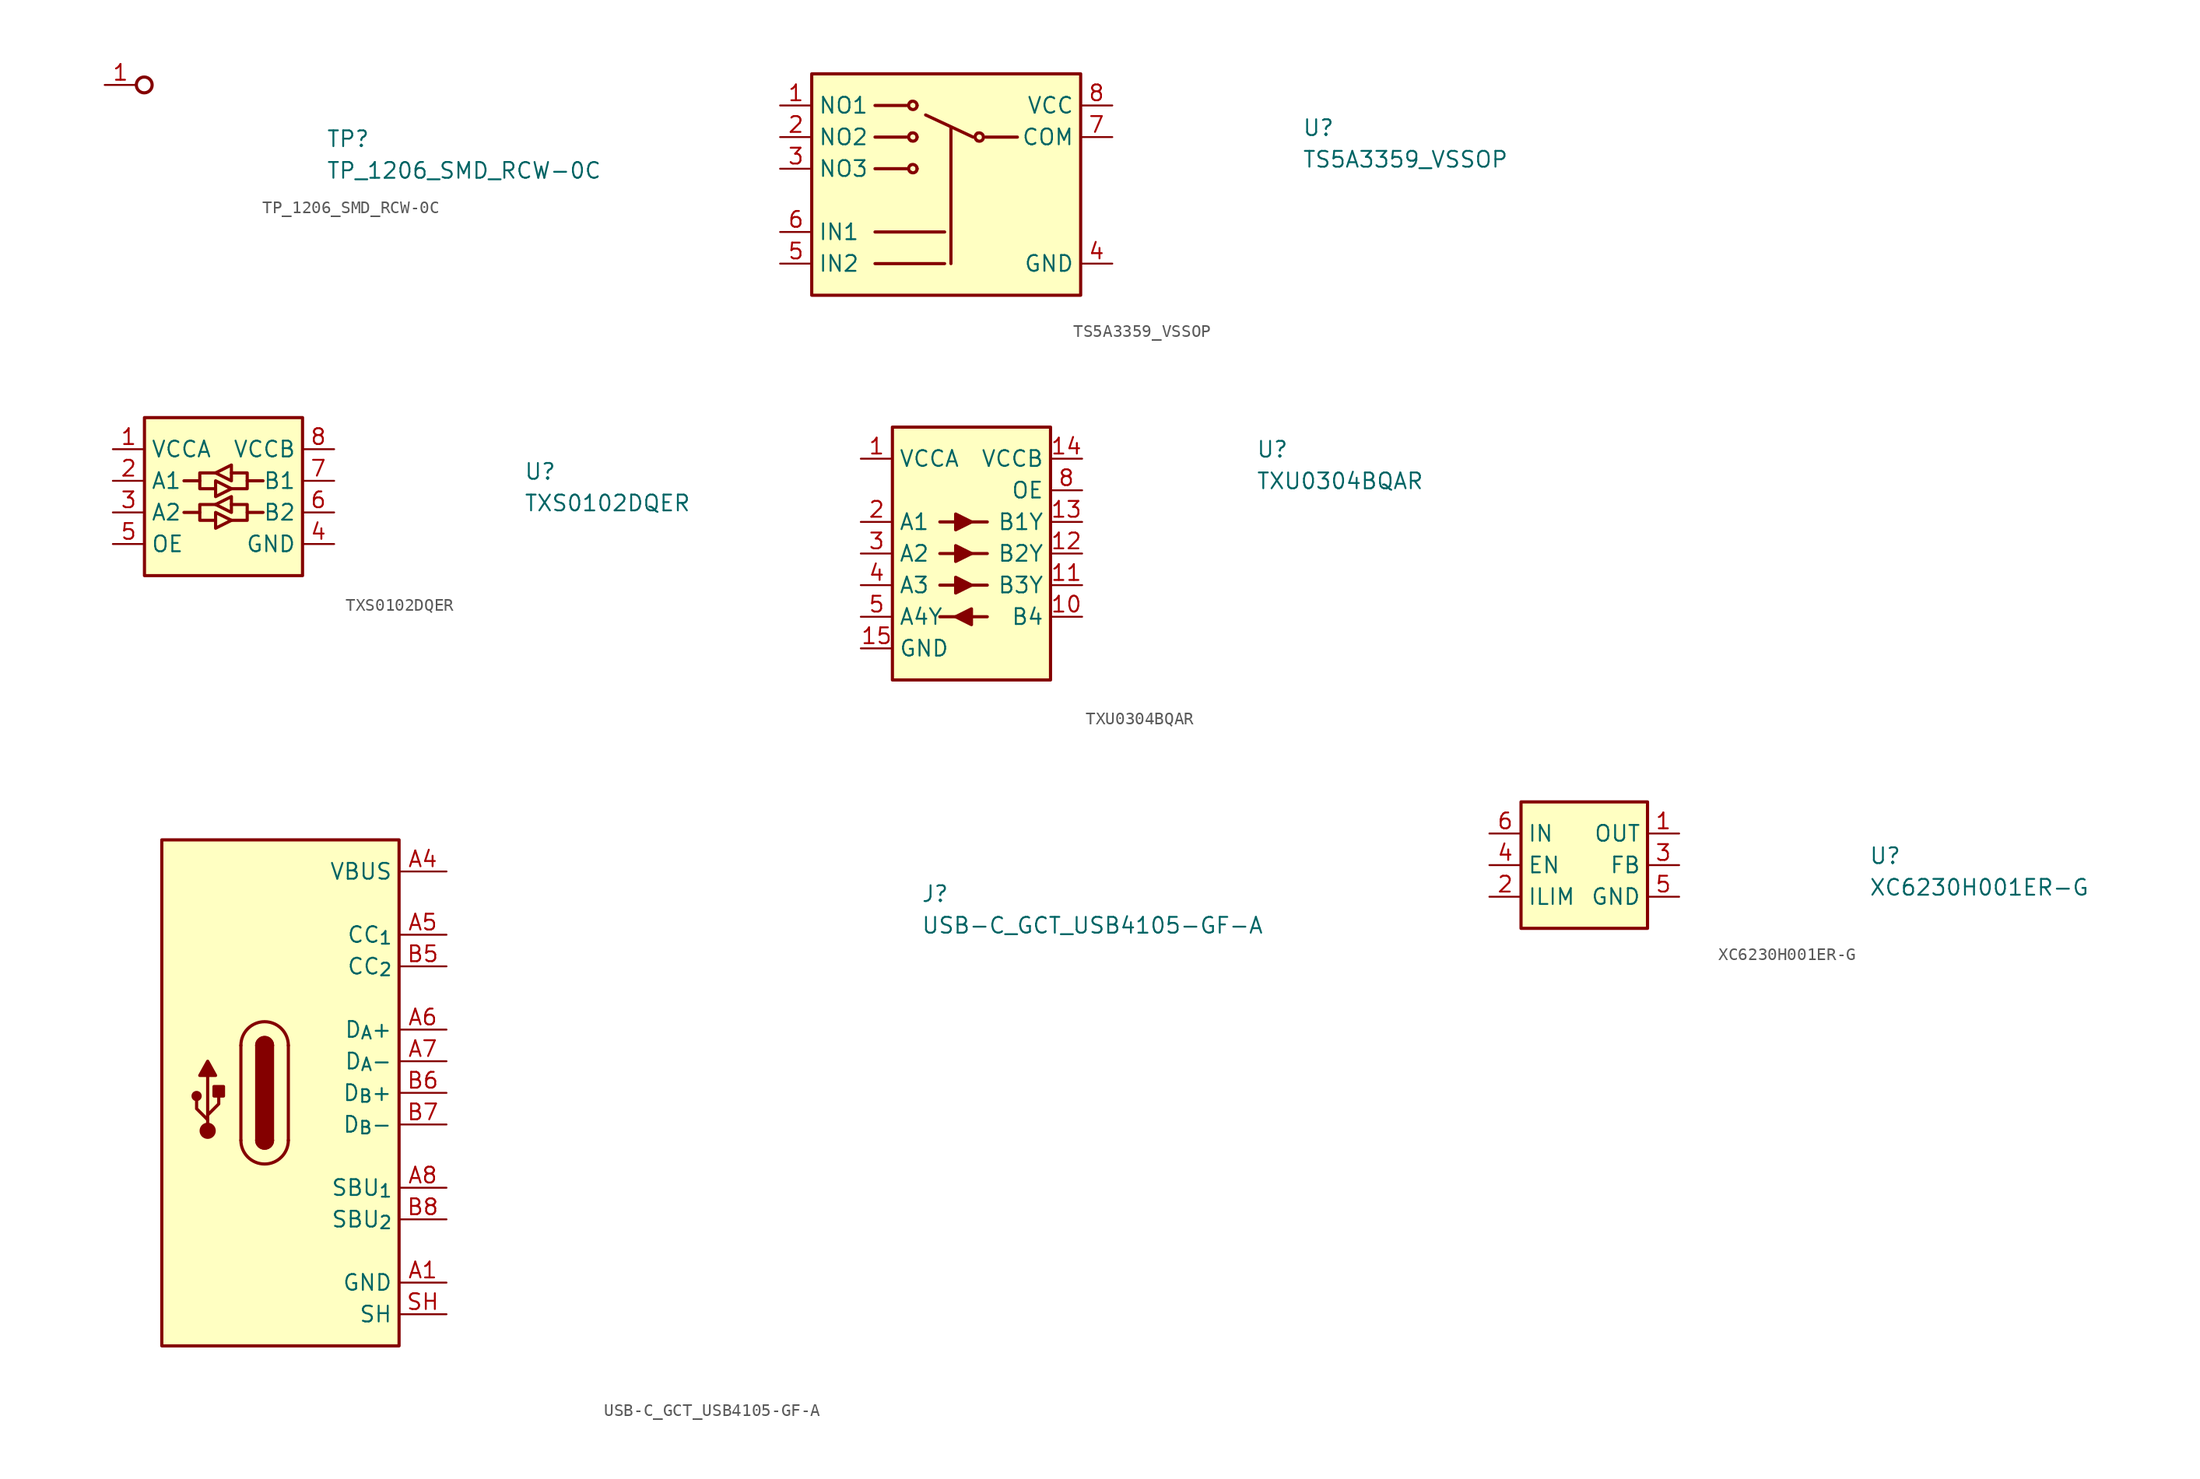
<source format=kicad_sym>
(kicad_symbol_lib
  (version 20220914)
  (generator kicad_symbol_editor)
  (symbol "TP_1206_SMD_RCW-0C"
    (pin_names hide)
    (property "Reference" "TP"
      (at 17.78 -5.08 0)
      (effects (font (size 1.27 1.27) (thickness 0.15)) (justify left bottom)))
    (property "Value" "TP_1206_SMD_RCW-0C"
      (at 17.78 -7.62 0)
      (effects (font (size 1.27 1.27) (thickness 0.15)) (justify left bottom)))
    (symbol "TP_1206_SMD_RCW-0C_1_1"
      (circle (center 3.175 0) (radius 0.635) (stroke (width 0.254) (type default)) (fill (type none)))
      (pin passive line (at 0 0 0) (length 2.54) (name "1" (effects (font (size 1.27 1.27)))) (number "1" (effects (font (size 1.27 1.27)))))))
  (symbol "TS5A3359_VSSOP"
    (property "Reference" "U"
      (at 41.91 -2.54 0)
      (effects (font (size 1.27 1.27) (thickness 0.15)) (justify left bottom)))
    (property "Value" "TS5A3359_VSSOP"
      (at 41.91 -5.08 0)
      (effects (font (size 1.27 1.27) (thickness 0.15)) (justify left bottom)))
    (symbol "TS5A3359_VSSOP_1_1"
      (polyline (pts (xy 7.62 -12.7) (xy 13.208 -12.7)) (stroke (width 0.254) (type default)) (fill (type background)))
      (polyline (pts (xy 7.62 -10.16) (xy 13.208 -10.16)) (stroke (width 0.254) (type default)) (fill (type background)))
      (polyline (pts (xy 7.62 -5.08) (xy 10.16 -5.08)) (stroke (width 0.254) (type default)) (fill (type background)))
      (polyline (pts (xy 7.62 -2.54) (xy 10.16 -2.54)) (stroke (width 0.254) (type default)) (fill (type background)))
      (polyline (pts (xy 7.62 0) (xy 10.16 0)) (stroke (width 0.254) (type default)) (fill (type background)))
      (polyline (pts (xy 13.716 -1.778) (xy 13.716 -12.7)) (stroke (width 0.254) (type default)) (fill (type background)))
      (polyline (pts (xy 15.494 -2.54) (xy 11.684 -0.762)) (stroke (width 0.254) (type default)) (fill (type background)))
      (polyline (pts (xy 19.05 -2.54) (xy 16.51 -2.54)) (stroke (width 0.254) (type default)) (fill (type background)))
      (rectangle (start 2.54 2.54) (end 24.13 -15.24) (stroke (width 0.254) (type default)) (fill (type background)))
      (arc (start 10.4902 -5.3594) (mid 10.8291 -5.3717) (end 10.9982 -5.08) (stroke (width 0.254) (type default)) (fill (type background)))
      (arc (start 10.4902 -4.7752) (mid 10.3152 -5.0671) (end 10.4902 -5.3594) (stroke (width 0.254) (type default)) (fill (type background)))
      (arc (start 10.4902 -2.8194) (mid 10.8291 -2.8317) (end 10.9982 -2.54) (stroke (width 0.254) (type default)) (fill (type background)))
      (arc (start 10.4902 -2.2352) (mid 10.3152 -2.5271) (end 10.4902 -2.8194) (stroke (width 0.254) (type default)) (fill (type background)))
      (arc (start 10.4902 -0.2794) (mid 10.8291 -0.2917) (end 10.9982 0) (stroke (width 0.254) (type default)) (fill (type background)))
      (arc (start 10.4902 0.3048) (mid 10.3152 0.0129) (end 10.4902 -0.2794) (stroke (width 0.254) (type default)) (fill (type background)))
      (arc (start 10.9982 -5.08) (mid 10.8271 -4.7844) (end 10.4902 -4.7752) (stroke (width 0.254) (type default)) (fill (type background)))
      (arc (start 10.9982 -2.54) (mid 10.8271 -2.2444) (end 10.4902 -2.2352) (stroke (width 0.254) (type default)) (fill (type background)))
      (arc (start 10.9982 0) (mid 10.8271 0.2956) (end 10.4902 0.3048) (stroke (width 0.254) (type default)) (fill (type background)))
      (arc (start 15.8242 -2.8194) (mid 16.1596 -2.829) (end 16.3322 -2.54) (stroke (width 0.254) (type default)) (fill (type background)))
      (arc (start 15.8242 -2.2352) (mid 15.6466 -2.5287) (end 15.8242 -2.8194) (stroke (width 0.254) (type default)) (fill (type background)))
      (arc (start 16.3322 -2.54) (mid 16.1616 -2.2481) (end 15.8242 -2.2352) (stroke (width 0.254) (type default)) (fill (type background)))
      (pin passive line (at 0 0 0) (length 2.54) (name "NO1" (effects (font (size 1.27 1.27)))) (number "1" (effects (font (size 1.27 1.27)))))
      (pin passive line (at 0 -2.54 0) (length 2.54) (name "NO2" (effects (font (size 1.27 1.27)))) (number "2" (effects (font (size 1.27 1.27)))))
      (pin passive line (at 0 -5.08 0) (length 2.54) (name "NO3" (effects (font (size 1.27 1.27)))) (number "3" (effects (font (size 1.27 1.27)))))
      (pin passive line (at 26.67 -12.7 180) (length 2.54) (name "GND" (effects (font (size 1.27 1.27)))) (number "4" (effects (font (size 1.27 1.27)))))
      (pin passive line (at 0 -12.7 0) (length 2.54) (name "IN2" (effects (font (size 1.27 1.27)))) (number "5" (effects (font (size 1.27 1.27)))))
      (pin passive line (at 0 -10.16 0) (length 2.54) (name "IN1" (effects (font (size 1.27 1.27)))) (number "6" (effects (font (size 1.27 1.27)))))
      (pin passive line (at 26.67 -2.54 180) (length 2.54) (name "COM" (effects (font (size 1.27 1.27)))) (number "7" (effects (font (size 1.27 1.27)))))
      (pin passive line (at 26.67 0 180) (length 2.54) (name "VCC" (effects (font (size 1.27 1.27)))) (number "8" (effects (font (size 1.27 1.27)))))))
  (symbol "TXS0102DQER"
    (property "Reference" "U"
      (at 33.02 -5.08 0)
      (effects (font (size 1.27 1.27) (thickness 0.15)) (justify left bottom)))
    (property "Value" "TXS0102DQER"
      (at 33.02 -7.62 0)
      (effects (font (size 1.27 1.27) (thickness 0.15)) (justify left bottom)))
    (symbol "TXS0102DQER_1_1"
      (polyline (pts (xy 5.715 -7.62) (xy 6.985 -7.62)) (stroke (width 0.254) (type default)) (fill (type background)))
      (polyline (pts (xy 6.985 -5.08) (xy 5.715 -5.08)) (stroke (width 0.254) (type default)) (fill (type background)))
      (polyline (pts (xy 10.795 -5.08) (xy 12.065 -5.08)) (stroke (width 0.254) (type default)) (fill (type background)))
      (polyline (pts (xy 12.065 -7.62) (xy 10.795 -7.62)) (stroke (width 0.254) (type default)) (fill (type background)))
      (polyline (pts (xy 8.255 -7.62) (xy 8.255 -8.89) (xy 9.525 -8.255) (xy 8.255 -7.62)) (stroke (width 0.254) (type default)) (fill (type background)))
      (polyline (pts (xy 8.255 -6.985) (xy 6.985 -6.985) (xy 6.985 -8.255) (xy 8.255 -8.255)) (stroke (width 0.254) (type default)) (fill (type background)))
      (polyline (pts (xy 8.255 -6.985) (xy 9.525 -6.35) (xy 9.525 -7.62) (xy 8.255 -6.985)) (stroke (width 0.254) (type default)) (fill (type background)))
      (polyline (pts (xy 8.255 -5.08) (xy 8.255 -6.35) (xy 9.525 -5.715) (xy 8.255 -5.08)) (stroke (width 0.254) (type default)) (fill (type background)))
      (polyline (pts (xy 8.255 -4.445) (xy 6.985 -4.445) (xy 6.985 -5.715) (xy 8.255 -5.715)) (stroke (width 0.254) (type default)) (fill (type background)))
      (polyline (pts (xy 8.255 -4.445) (xy 9.525 -3.81) (xy 9.525 -5.08) (xy 8.255 -4.445)) (stroke (width 0.254) (type default)) (fill (type background)))
      (polyline (pts (xy 9.525 -6.985) (xy 10.795 -6.985) (xy 10.795 -8.255) (xy 9.525 -8.255)) (stroke (width 0.254) (type default)) (fill (type background)))
      (polyline (pts (xy 9.525 -4.445) (xy 10.795 -4.445) (xy 10.795 -5.715) (xy 9.525 -5.715)) (stroke (width 0.254) (type default)) (fill (type background)))
      (rectangle (start 2.54 0) (end 15.24 -12.7) (stroke (width 0.254) (type default)) (fill (type background)))
      (pin power_in line (at 0 -2.54 0) (length 2.54) (name "VCCA" (effects (font (size 1.27 1.27)))) (number "1" (effects (font (size 1.27 1.27)))))
      (pin bidirectional line (at 0 -5.08 0) (length 2.54) (name "A1" (effects (font (size 1.27 1.27)))) (number "2" (effects (font (size 1.27 1.27)))))
      (pin bidirectional line (at 0 -7.62 0) (length 2.54) (name "A2" (effects (font (size 1.27 1.27)))) (number "3" (effects (font (size 1.27 1.27)))))
      (pin power_in line (at 17.78 -10.16 180) (length 2.54) (name "GND" (effects (font (size 1.27 1.27)))) (number "4" (effects (font (size 1.27 1.27)))))
      (pin tri_state line (at 0 -10.16 0) (length 2.54) (name "OE" (effects (font (size 1.27 1.27)))) (number "5" (effects (font (size 1.27 1.27)))))
      (pin bidirectional line (at 17.78 -7.62 180) (length 2.54) (name "B2" (effects (font (size 1.27 1.27)))) (number "6" (effects (font (size 1.27 1.27)))))
      (pin bidirectional line (at 17.78 -5.08 180) (length 2.54) (name "B1" (effects (font (size 1.27 1.27)))) (number "7" (effects (font (size 1.27 1.27)))))
      (pin power_in line (at 17.78 -2.54 180) (length 2.54) (name "VCCB" (effects (font (size 1.27 1.27)))) (number "8" (effects (font (size 1.27 1.27)))))))
  (symbol "TXU0304BQAR"
    (property "Reference" "U"
      (at 31.75 0 0)
      (effects (font (size 1.27 1.27) (thickness 0.15)) (justify left bottom)))
    (property "Value" "TXU0304BQAR"
      (at 31.75 -2.54 0)
      (effects (font (size 1.27 1.27) (thickness 0.15)) (justify left bottom)))
    (symbol "TXU0304BQAR_1_1"
      (polyline (pts (xy 6.35 -12.7) (xy 10.16 -12.7)) (stroke (width 0.254) (type default)) (fill (type background)))
      (polyline (pts (xy 6.35 -7.62) (xy 10.16 -7.62)) (stroke (width 0.254) (type default)) (fill (type background)))
      (polyline (pts (xy 10.16 -10.16) (xy 6.35 -10.16)) (stroke (width 0.254) (type default)) (fill (type background)))
      (polyline (pts (xy 10.16 -5.08) (xy 6.35 -5.08)) (stroke (width 0.254) (type default)) (fill (type background)))
      (polyline (pts (xy 7.62 -12.7) (xy 8.89 -12.065) (xy 8.89 -13.335) (xy 7.62 -12.7)) (stroke (width 0.254) (type default)) (fill (type outline)))
      (polyline (pts (xy 7.62 -6.985) (xy 7.62 -8.255) (xy 8.89 -7.62) (xy 7.62 -6.985)) (stroke (width 0.254) (type default)) (fill (type outline)))
      (polyline (pts (xy 7.62 -4.445) (xy 7.62 -5.715) (xy 8.89 -5.08) (xy 7.62 -4.445)) (stroke (width 0.254) (type default)) (fill (type outline)))
      (polyline (pts (xy 8.89 -10.16) (xy 7.62 -10.795) (xy 7.62 -9.525) (xy 8.89 -10.16)) (stroke (width 0.254) (type default)) (fill (type outline)))
      (rectangle (start 2.54 2.54) (end 15.24 -17.78) (stroke (width 0.254) (type default)) (fill (type background)))
      (pin power_in line (at 0 0 0) (length 2.54) (name "VCCA" (effects (font (size 1.27 1.27)))) (number "1" (effects (font (size 1.27 1.27)))))
      (pin input line (at 17.78 -12.7 180) (length 2.54) (name "B4" (effects (font (size 1.27 1.27)))) (number "10" (effects (font (size 1.27 1.27)))))
      (pin output line (at 17.78 -10.16 180) (length 2.54) (name "B3Y" (effects (font (size 1.27 1.27)))) (number "11" (effects (font (size 1.27 1.27)))))
      (pin output line (at 17.78 -7.62 180) (length 2.54) (name "B2Y" (effects (font (size 1.27 1.27)))) (number "12" (effects (font (size 1.27 1.27)))))
      (pin output line (at 17.78 -5.08 180) (length 2.54) (name "B1Y" (effects (font (size 1.27 1.27)))) (number "13" (effects (font (size 1.27 1.27)))))
      (pin power_in line (at 17.78 0 180) (length 2.54) (name "VCCB" (effects (font (size 1.27 1.27)))) (number "14" (effects (font (size 1.27 1.27)))))
      (pin power_in line (at 0 -15.24 0) (length 2.54) (name "GND" (effects (font (size 1.27 1.27)))) (number "15" (effects (font (size 1.27 1.27)))))
      (pin input line (at 0 -5.08 0) (length 2.54) (name "A1" (effects (font (size 1.27 1.27)))) (number "2" (effects (font (size 1.27 1.27)))))
      (pin input line (at 0 -7.62 0) (length 2.54) (name "A2" (effects (font (size 1.27 1.27)))) (number "3" (effects (font (size 1.27 1.27)))))
      (pin input line (at 0 -10.16 0) (length 2.54) (name "A3" (effects (font (size 1.27 1.27)))) (number "4" (effects (font (size 1.27 1.27)))))
      (pin output line (at 0 -12.7 0) (length 2.54) (name "A4Y" (effects (font (size 1.27 1.27)))) (number "5" (effects (font (size 1.27 1.27)))))
      (pin no_connect line (at 2.54 -2.54 0) (length 2.54) hide (name "NC" (effects (font (size 1.27 1.27)))) (number "6" (effects (font (size 1.27 1.27)))))
      (pin passive line (at 0 -15.24 0) (length 2.54) hide (name "GND" (effects (font (size 1.27 1.27)))) (number "7" (effects (font (size 1.27 1.27)))))
      (pin tri_state line (at 17.78 -2.54 180) (length 2.54) (name "OE" (effects (font (size 1.27 1.27)))) (number "8" (effects (font (size 1.27 1.27)))))
      (pin no_connect line (at 15.24 -15.24 180) (length 2.54) hide (name "NC" (effects (font (size 1.27 1.27)))) (number "9" (effects (font (size 1.27 1.27)))))))
  (symbol "USB-C_GCT_USB4105-GF-A"
    (property "Reference" "J"
      (at 38.1 -2.54 0)
      (effects (font (size 1.27 1.27) (thickness 0.15)) (justify left bottom)))
    (property "Value" "USB-C_GCT_USB4105-GF-A"
      (at 38.1 -5.08 0)
      (effects (font (size 1.27 1.27) (thickness 0.15)) (justify left bottom)))
    (symbol "USB-C_GCT_USB4105-GF-A_1_1"
      (rectangle (start -22.86 2.54) (end -3.81 -38.1) (stroke (width 0.254) (type default)) (fill (type background)))
      (circle (center -20.066 -18.034) (radius 0.284) (stroke (width 0.254) (type default)) (fill (type outline)))
      (circle (center -19.177 -20.828) (radius 0.524) (stroke (width 0.254) (type default)) (fill (type outline)))
      (rectangle (start -18.669 -18.034) (end -17.907 -17.272) (stroke (width 0.254) (type default)) (fill (type outline)))
      (arc (start -16.51 -21.59) (mid -14.605 -23.4867) (end -12.7 -21.59) (stroke (width 0.254) (type default)) (fill (type background)))
      (arc (start -15.24 -21.59) (mid -14.605 -22.2223) (end -13.97 -21.59) (stroke (width 0.254) (type default)) (fill (type outline)))
      (arc (start -15.24 -21.59) (mid -14.605 -22.2223) (end -13.97 -21.59) (stroke (width 0.254) (type default)) (fill (type background)))
      (rectangle (start -15.24 -21.59) (end -13.97 -13.97) (stroke (width 0.254) (type default)) (fill (type outline)))
      (arc (start -13.97 -13.97) (mid -14.605 -13.3377) (end -15.24 -13.97) (stroke (width 0.254) (type default)) (fill (type outline)))
      (arc (start -13.97 -13.97) (mid -14.605 -13.3377) (end -15.24 -13.97) (stroke (width 0.254) (type default)) (fill (type background)))
      (arc (start -12.7 -13.97) (mid -14.605 -12.0733) (end -16.51 -13.97) (stroke (width 0.254) (type default)) (fill (type background)))
      (polyline (pts (xy -19.177 -20.701) (xy -19.177 -16.383)) (stroke (width 0.254) (type default)) (fill (type background)))
      (polyline (pts (xy -16.51 -21.59) (xy -16.51 -13.97)) (stroke (width 0.254) (type default)) (fill (type background)))
      (polyline (pts (xy -12.7 -13.97) (xy -12.7 -21.59)) (stroke (width 0.254) (type default)) (fill (type background)))
      (polyline (pts (xy -19.177 -19.939) (xy -20.066 -19.05) (xy -20.066 -18.415)) (stroke (width 0.254) (type default)) (fill (type background)))
      (polyline (pts (xy -19.177 -19.558) (xy -18.288 -18.669) (xy -18.288 -18.034)) (stroke (width 0.254) (type default)) (fill (type background)))
      (polyline (pts (xy -19.812 -16.383) (xy -19.177 -15.24) (xy -18.542 -16.383) (xy -19.812 -16.383)) (stroke (width 0.254) (type default)) (fill (type outline)))
      (pin power_in line (at 0 -33.02 180) (length 3.81) (name "GND" (effects (font (size 1.27 1.27)))) (number "A1" (effects (font (size 1.27 1.27)))))
      (pin passive line (at 0 -33.02 180) (length 3.81) hide (name "GND" (effects (font (size 1.27 1.27)))) (number "A12" (effects (font (size 1.27 1.27)))))
      (pin passive line (at 0 0 180) (length 3.81) (name "VBUS" (effects (font (size 1.27 1.27)))) (number "A4" (effects (font (size 1.27 1.27)))))
      (pin bidirectional line (at 0 -5.08 180) (length 3.81) (name "CC_{1}" (effects (font (size 1.27 1.27)))) (number "A5" (effects (font (size 1.27 1.27)))))
      (pin bidirectional line (at 0 -12.7 180) (length 3.81) (name "D_{A}+" (effects (font (size 1.27 1.27)))) (number "A6" (effects (font (size 1.27 1.27)))))
      (pin bidirectional line (at 0 -15.24 180) (length 3.81) (name "D_{A}-" (effects (font (size 1.27 1.27)))) (number "A7" (effects (font (size 1.27 1.27)))))
      (pin bidirectional line (at 0 -25.4 180) (length 3.81) (name "SBU_{1}" (effects (font (size 1.27 1.27)))) (number "A8" (effects (font (size 1.27 1.27)))))
      (pin passive line (at 0 0 180) (length 3.81) hide (name "VBUS" (effects (font (size 1.27 1.27)))) (number "A9" (effects (font (size 1.27 1.27)))))
      (pin passive line (at 0 -33.02 180) (length 3.81) hide (name "GND" (effects (font (size 1.27 1.27)))) (number "B1" (effects (font (size 1.27 1.27)))))
      (pin passive line (at 0 -33.02 180) (length 3.81) hide (name "GND" (effects (font (size 1.27 1.27)))) (number "B12" (effects (font (size 1.27 1.27)))))
      (pin passive line (at 0 0 180) (length 3.81) hide (name "VBUS" (effects (font (size 1.27 1.27)))) (number "B4" (effects (font (size 1.27 1.27)))))
      (pin bidirectional line (at 0 -7.62 180) (length 3.81) (name "CC_{2}" (effects (font (size 1.27 1.27)))) (number "B5" (effects (font (size 1.27 1.27)))))
      (pin bidirectional line (at 0 -17.78 180) (length 3.81) (name "D_{B}+" (effects (font (size 1.27 1.27)))) (number "B6" (effects (font (size 1.27 1.27)))))
      (pin bidirectional line (at 0 -20.32 180) (length 3.81) (name "D_{B}-" (effects (font (size 1.27 1.27)))) (number "B7" (effects (font (size 1.27 1.27)))))
      (pin bidirectional line (at 0 -27.94 180) (length 3.81) (name "SBU_{2}" (effects (font (size 1.27 1.27)))) (number "B8" (effects (font (size 1.27 1.27)))))
      (pin passive line (at 0 0 180) (length 3.81) hide (name "VBUS" (effects (font (size 1.27 1.27)))) (number "B9" (effects (font (size 1.27 1.27)))))
      (pin passive line (at 0 -35.56 180) (length 3.81) (name "SH" (effects (font (size 1.27 1.27)))) (number "SH" (effects (font (size 1.27 1.27)))))))
  (symbol "XC6230H001ER-G"
    (property "Reference" "U"
      (at 30.48 -2.54 0)
      (effects (font (size 1.27 1.27) (thickness 0.15)) (justify left bottom)))
    (property "Value" "XC6230H001ER-G"
      (at 30.48 -5.08 0)
      (effects (font (size 1.27 1.27) (thickness 0.15)) (justify left bottom)))
    (symbol "XC6230H001ER-G_1_1"
      (rectangle (start 2.54 2.54) (end 12.7 -7.62) (stroke (width 0.254) (type default)) (fill (type background)))
      (pin power_out line (at 15.24 0 180) (length 2.54) (name "OUT" (effects (font (size 1.27 1.27)))) (number "1" (effects (font (size 1.27 1.27)))))
      (pin output line (at 0 -5.08 0) (length 2.54) (name "ILIM" (effects (font (size 1.27 1.27)))) (number "2" (effects (font (size 1.27 1.27)))))
      (pin open_collector line (at 15.24 -2.54 180) (length 2.54) (name "FB" (effects (font (size 1.27 1.27)))) (number "3" (effects (font (size 1.27 1.27)))))
      (pin input line (at 0 -2.54 0) (length 2.54) (name "EN" (effects (font (size 1.27 1.27)))) (number "4" (effects (font (size 1.27 1.27)))))
      (pin power_in line (at 15.24 -5.08 180) (length 2.54) (name "GND" (effects (font (size 1.27 1.27)))) (number "5" (effects (font (size 1.27 1.27)))))
      (pin power_out line (at 0 0 0) (length 2.54) (name "IN" (effects (font (size 1.27 1.27)))) (number "6" (effects (font (size 1.27 1.27)))))
      (pin passive line (at 15.24 -5.08 180) (length 2.54) hide (name "EP" (effects (font (size 1.27 1.27)))) (number "7" (effects (font (size 1.27 1.27))))))))
</source>
